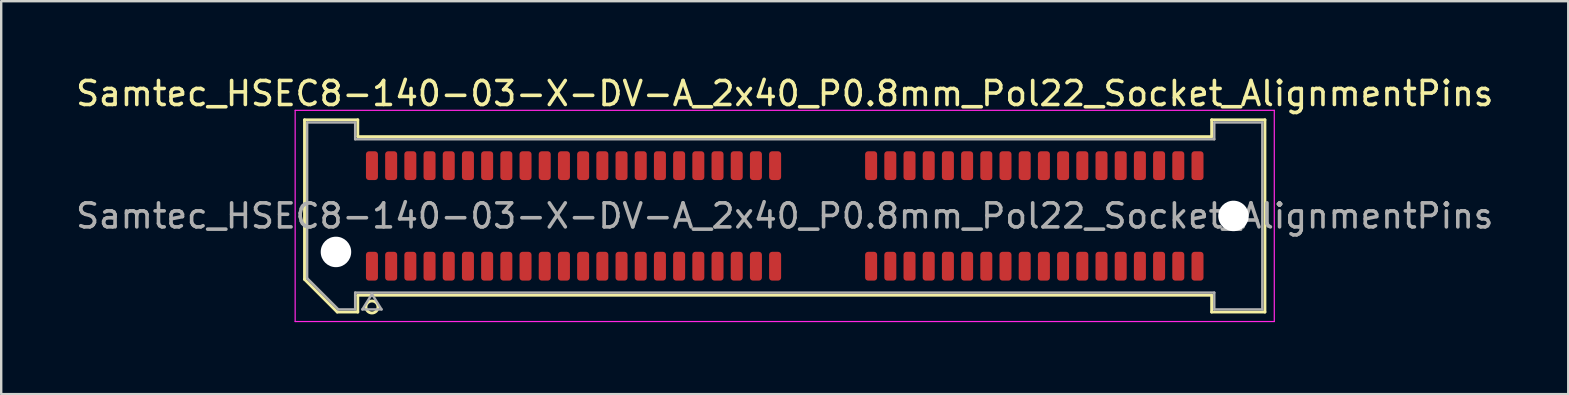
<source format=kicad_pcb>
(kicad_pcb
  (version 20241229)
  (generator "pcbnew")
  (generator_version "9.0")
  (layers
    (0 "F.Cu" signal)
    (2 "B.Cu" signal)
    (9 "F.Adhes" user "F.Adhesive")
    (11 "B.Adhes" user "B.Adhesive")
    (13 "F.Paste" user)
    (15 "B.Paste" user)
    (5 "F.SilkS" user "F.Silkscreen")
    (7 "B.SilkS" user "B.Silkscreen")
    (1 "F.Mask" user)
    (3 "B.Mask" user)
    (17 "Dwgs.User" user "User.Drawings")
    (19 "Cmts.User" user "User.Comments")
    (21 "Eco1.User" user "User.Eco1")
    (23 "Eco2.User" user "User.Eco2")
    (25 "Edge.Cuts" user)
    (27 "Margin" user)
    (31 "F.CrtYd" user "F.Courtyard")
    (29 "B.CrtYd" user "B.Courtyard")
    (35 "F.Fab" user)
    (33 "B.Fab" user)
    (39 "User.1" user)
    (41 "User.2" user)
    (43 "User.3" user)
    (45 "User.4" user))
  (footprint "Samtec_HSEC8-140-03-X-DV-A_2x40_P0.8mm_Pol22_Socket_AlignmentPins"
    (layer "F.Cu")
    (at 29.649 5.948)
    (property "Reference" "Samtec_HSEC8-140-03-X-DV-A_2x40_P0.8mm_Pol22_Socket_AlignmentPins" (at 0 -5.1 0) (layer "F.SilkS") (effects (font (size 1 1) (thickness 0.15))))
    (attr smd)
    (fp_line (start -20.01 -4.005) (end -17.79 -4.005) (stroke (width 0.12) (type solid)) (layer "F.SilkS"))
    (fp_line (start -20.01 2.641) (end -20.01 -4.005) (stroke (width 0.12) (type solid)) (layer "F.SilkS"))
    (fp_line (start -18.646 4.005) (end -20.01 2.641) (stroke (width 0.12) (type solid)) (layer "F.SilkS"))
    (fp_line (start -17.79 -4.005) (end -17.79 -3.305) (stroke (width 0.12) (type solid)) (layer "F.SilkS"))
    (fp_line (start -17.79 -3.305) (end 17.79 -3.305) (stroke (width 0.12) (type solid)) (layer "F.SilkS"))
    (fp_line (start -17.79 3.305) (end -17.79 4.005) (stroke (width 0.12) (type solid)) (layer "F.SilkS"))
    (fp_line (start -17.79 4.005) (end -18.646 4.005) (stroke (width 0.12) (type solid)) (layer "F.SilkS"))
    (fp_line (start 17.79 -4.005) (end 20.01 -4.005) (stroke (width 0.12) (type solid)) (layer "F.SilkS"))
    (fp_line (start 17.79 -3.305) (end 17.79 -4.005) (stroke (width 0.12) (type solid)) (layer "F.SilkS"))
    (fp_line (start 17.79 3.305) (end -17.79 3.305) (stroke (width 0.12) (type solid)) (layer "F.SilkS"))
    (fp_line (start 17.79 4.005) (end 17.79 3.305) (stroke (width 0.12) (type solid)) (layer "F.SilkS"))
    (fp_line (start 20.01 -4.005) (end 20.01 4.005) (stroke (width 0.12) (type solid)) (layer "F.SilkS"))
    (fp_line (start 20.01 4.005) (end 17.79 4.005) (stroke (width 0.12) (type solid)) (layer "F.SilkS"))
    (fp_circle (center -17.2 3.795) (end -16.95 3.795) (stroke (width 0.12) (type solid)) (fill no) (layer "F.SilkS"))
    (fp_line (start -20.4 -4.4) (end -20.4 4.4) (stroke (width 0.05) (type solid)) (layer "F.CrtYd"))
    (fp_line (start -20.4 4.4) (end 20.4 4.4) (stroke (width 0.05) (type solid)) (layer "F.CrtYd"))
    (fp_line (start 20.4 -4.4) (end -20.4 -4.4) (stroke (width 0.05) (type solid)) (layer "F.CrtYd"))
    (fp_line (start 20.4 4.4) (end 20.4 -4.4) (stroke (width 0.05) (type solid)) (layer "F.CrtYd"))
    (fp_line (start -19.9 -3.895) (end -17.9 -3.895) (stroke (width 0.1) (type solid)) (layer "F.Fab"))
    (fp_line (start -19.9 2.595) (end -19.9 -3.895) (stroke (width 0.1) (type solid)) (layer "F.Fab"))
    (fp_line (start -18.6 3.895) (end -19.9 2.595) (stroke (width 0.1) (type solid)) (layer "F.Fab"))
    (fp_line (start -17.9 -3.895) (end -17.9 -3.195) (stroke (width 0.1) (type solid)) (layer "F.Fab"))
    (fp_line (start -17.9 -3.195) (end 17.9 -3.195) (stroke (width 0.1) (type solid)) (layer "F.Fab"))
    (fp_line (start -17.9 3.195) (end -17.9 3.895) (stroke (width 0.1) (type solid)) (layer "F.Fab"))
    (fp_line (start -17.9 3.895) (end -18.6 3.895) (stroke (width 0.1) (type solid)) (layer "F.Fab"))
    (fp_line (start -17.6 3.895) (end -17.2 3.255) (stroke (width 0.1) (type solid)) (layer "F.Fab"))
    (fp_line (start -17.2 3.255) (end -16.8 3.895) (stroke (width 0.1) (type solid)) (layer "F.Fab"))
    (fp_line (start -16.8 3.895) (end -17.6 3.895) (stroke (width 0.1) (type solid)) (layer "F.Fab"))
    (fp_line (start 17.9 -3.895) (end 19.9 -3.895) (stroke (width 0.1) (type solid)) (layer "F.Fab"))
    (fp_line (start 17.9 -3.195) (end 17.9 -3.895) (stroke (width 0.1) (type solid)) (layer "F.Fab"))
    (fp_line (start 17.9 3.195) (end -17.9 3.195) (stroke (width 0.1) (type solid)) (layer "F.Fab"))
    (fp_line (start 17.9 3.895) (end 17.9 3.195) (stroke (width 0.1) (type solid)) (layer "F.Fab"))
    (fp_line (start 19.9 -3.895) (end 19.9 3.895) (stroke (width 0.1) (type solid)) (layer "F.Fab"))
    (fp_line (start 19.9 3.895) (end 17.9 3.895) (stroke (width 0.1) (type solid)) (layer "F.Fab"))
    (fp_text user "${REFERENCE}" (at 0 0 0) (layer "F.Fab") (effects (font (size 1 1) (thickness 0.15))))
    (pad "" np_thru_hole circle (at -18.7 1.5) (size 1.27 1.27) (drill 1.27) (layers "*.Cu" "*.Mask"))
    (pad "" np_thru_hole circle (at 18.7 0) (size 1.27 1.27) (drill 1.27) (layers "*.Cu" "*.Mask"))
    (pad "1" smd roundrect (at -17.2 2.095) (size 0.5 1.2) (layers "F.Cu" "F.Mask" "F.Paste") (roundrect_rratio 0.25))
    (pad "2" smd roundrect (at -17.2 -2.095) (size 0.5 1.2) (layers "F.Cu" "F.Mask" "F.Paste") (roundrect_rratio 0.25))
    (pad "3" smd roundrect (at -16.4 2.095) (size 0.5 1.2) (layers "F.Cu" "F.Mask" "F.Paste") (roundrect_rratio 0.25))
    (pad "4" smd roundrect (at -16.4 -2.095) (size 0.5 1.2) (layers "F.Cu" "F.Mask" "F.Paste") (roundrect_rratio 0.25))
    (pad "5" smd roundrect (at -15.6 2.095) (size 0.5 1.2) (layers "F.Cu" "F.Mask" "F.Paste") (roundrect_rratio 0.25))
    (pad "6" smd roundrect (at -15.6 -2.095) (size 0.5 1.2) (layers "F.Cu" "F.Mask" "F.Paste") (roundrect_rratio 0.25))
    (pad "7" smd roundrect (at -14.8 2.095) (size 0.5 1.2) (layers "F.Cu" "F.Mask" "F.Paste") (roundrect_rratio 0.25))
    (pad "8" smd roundrect (at -14.8 -2.095) (size 0.5 1.2) (layers "F.Cu" "F.Mask" "F.Paste") (roundrect_rratio 0.25))
    (pad "9" smd roundrect (at -14 2.095) (size 0.5 1.2) (layers "F.Cu" "F.Mask" "F.Paste") (roundrect_rratio 0.25))
    (pad "10" smd roundrect (at -14 -2.095) (size 0.5 1.2) (layers "F.Cu" "F.Mask" "F.Paste") (roundrect_rratio 0.25))
    (pad "11" smd roundrect (at -13.2 2.095) (size 0.5 1.2) (layers "F.Cu" "F.Mask" "F.Paste") (roundrect_rratio 0.25))
    (pad "12" smd roundrect (at -13.2 -2.095) (size 0.5 1.2) (layers "F.Cu" "F.Mask" "F.Paste") (roundrect_rratio 0.25))
    (pad "13" smd roundrect (at -12.4 2.095) (size 0.5 1.2) (layers "F.Cu" "F.Mask" "F.Paste") (roundrect_rratio 0.25))
    (pad "14" smd roundrect (at -12.4 -2.095) (size 0.5 1.2) (layers "F.Cu" "F.Mask" "F.Paste") (roundrect_rratio 0.25))
    (pad "15" smd roundrect (at -11.6 2.095) (size 0.5 1.2) (layers "F.Cu" "F.Mask" "F.Paste") (roundrect_rratio 0.25))
    (pad "16" smd roundrect (at -11.6 -2.095) (size 0.5 1.2) (layers "F.Cu" "F.Mask" "F.Paste") (roundrect_rratio 0.25))
    (pad "17" smd roundrect (at -10.8 2.095) (size 0.5 1.2) (layers "F.Cu" "F.Mask" "F.Paste") (roundrect_rratio 0.25))
    (pad "18" smd roundrect (at -10.8 -2.095) (size 0.5 1.2) (layers "F.Cu" "F.Mask" "F.Paste") (roundrect_rratio 0.25))
    (pad "19" smd roundrect (at -10 2.095) (size 0.5 1.2) (layers "F.Cu" "F.Mask" "F.Paste") (roundrect_rratio 0.25))
    (pad "20" smd roundrect (at -10 -2.095) (size 0.5 1.2) (layers "F.Cu" "F.Mask" "F.Paste") (roundrect_rratio 0.25))
    (pad "21" smd roundrect (at -9.2 2.095) (size 0.5 1.2) (layers "F.Cu" "F.Mask" "F.Paste") (roundrect_rratio 0.25))
    (pad "22" smd roundrect (at -9.2 -2.095) (size 0.5 1.2) (layers "F.Cu" "F.Mask" "F.Paste") (roundrect_rratio 0.25))
    (pad "23" smd roundrect (at -8.4 2.095) (size 0.5 1.2) (layers "F.Cu" "F.Mask" "F.Paste") (roundrect_rratio 0.25))
    (pad "24" smd roundrect (at -8.4 -2.095) (size 0.5 1.2) (layers "F.Cu" "F.Mask" "F.Paste") (roundrect_rratio 0.25))
    (pad "25" smd roundrect (at -7.6 2.095) (size 0.5 1.2) (layers "F.Cu" "F.Mask" "F.Paste") (roundrect_rratio 0.25))
    (pad "26" smd roundrect (at -7.6 -2.095) (size 0.5 1.2) (layers "F.Cu" "F.Mask" "F.Paste") (roundrect_rratio 0.25))
    (pad "27" smd roundrect (at -6.8 2.095) (size 0.5 1.2) (layers "F.Cu" "F.Mask" "F.Paste") (roundrect_rratio 0.25))
    (pad "28" smd roundrect (at -6.8 -2.095) (size 0.5 1.2) (layers "F.Cu" "F.Mask" "F.Paste") (roundrect_rratio 0.25))
    (pad "29" smd roundrect (at -6 2.095) (size 0.5 1.2) (layers "F.Cu" "F.Mask" "F.Paste") (roundrect_rratio 0.25))
    (pad "30" smd roundrect (at -6 -2.095) (size 0.5 1.2) (layers "F.Cu" "F.Mask" "F.Paste") (roundrect_rratio 0.25))
    (pad "31" smd roundrect (at -5.2 2.095) (size 0.5 1.2) (layers "F.Cu" "F.Mask" "F.Paste") (roundrect_rratio 0.25))
    (pad "32" smd roundrect (at -5.2 -2.095) (size 0.5 1.2) (layers "F.Cu" "F.Mask" "F.Paste") (roundrect_rratio 0.25))
    (pad "33" smd roundrect (at -4.4 2.095) (size 0.5 1.2) (layers "F.Cu" "F.Mask" "F.Paste") (roundrect_rratio 0.25))
    (pad "34" smd roundrect (at -4.4 -2.095) (size 0.5 1.2) (layers "F.Cu" "F.Mask" "F.Paste") (roundrect_rratio 0.25))
    (pad "35" smd roundrect (at -3.6 2.095) (size 0.5 1.2) (layers "F.Cu" "F.Mask" "F.Paste") (roundrect_rratio 0.25))
    (pad "36" smd roundrect (at -3.6 -2.095) (size 0.5 1.2) (layers "F.Cu" "F.Mask" "F.Paste") (roundrect_rratio 0.25))
    (pad "37" smd roundrect (at -2.8 2.095) (size 0.5 1.2) (layers "F.Cu" "F.Mask" "F.Paste") (roundrect_rratio 0.25))
    (pad "38" smd roundrect (at -2.8 -2.095) (size 0.5 1.2) (layers "F.Cu" "F.Mask" "F.Paste") (roundrect_rratio 0.25))
    (pad "39" smd roundrect (at -2 2.095) (size 0.5 1.2) (layers "F.Cu" "F.Mask" "F.Paste") (roundrect_rratio 0.25))
    (pad "40" smd roundrect (at -2 -2.095) (size 0.5 1.2) (layers "F.Cu" "F.Mask" "F.Paste") (roundrect_rratio 0.25))
    (pad "41" smd roundrect (at -1.2 2.095) (size 0.5 1.2) (layers "F.Cu" "F.Mask" "F.Paste") (roundrect_rratio 0.25))
    (pad "42" smd roundrect (at -1.2 -2.095) (size 0.5 1.2) (layers "F.Cu" "F.Mask" "F.Paste") (roundrect_rratio 0.25))
    (pad "43" smd roundrect (at -0.4 2.095) (size 0.5 1.2) (layers "F.Cu" "F.Mask" "F.Paste") (roundrect_rratio 0.25))
    (pad "44" smd roundrect (at -0.4 -2.095) (size 0.5 1.2) (layers "F.Cu" "F.Mask" "F.Paste") (roundrect_rratio 0.25))
    (pad "45" smd roundrect (at 3.6 2.095) (size 0.5 1.2) (layers "F.Cu" "F.Mask" "F.Paste") (roundrect_rratio 0.25))
    (pad "46" smd roundrect (at 3.6 -2.095) (size 0.5 1.2) (layers "F.Cu" "F.Mask" "F.Paste") (roundrect_rratio 0.25))
    (pad "47" smd roundrect (at 4.4 2.095) (size 0.5 1.2) (layers "F.Cu" "F.Mask" "F.Paste") (roundrect_rratio 0.25))
    (pad "48" smd roundrect (at 4.4 -2.095) (size 0.5 1.2) (layers "F.Cu" "F.Mask" "F.Paste") (roundrect_rratio 0.25))
    (pad "49" smd roundrect (at 5.2 2.095) (size 0.5 1.2) (layers "F.Cu" "F.Mask" "F.Paste") (roundrect_rratio 0.25))
    (pad "50" smd roundrect (at 5.2 -2.095) (size 0.5 1.2) (layers "F.Cu" "F.Mask" "F.Paste") (roundrect_rratio 0.25))
    (pad "51" smd roundrect (at 6 2.095) (size 0.5 1.2) (layers "F.Cu" "F.Mask" "F.Paste") (roundrect_rratio 0.25))
    (pad "52" smd roundrect (at 6 -2.095) (size 0.5 1.2) (layers "F.Cu" "F.Mask" "F.Paste") (roundrect_rratio 0.25))
    (pad "53" smd roundrect (at 6.8 2.095) (size 0.5 1.2) (layers "F.Cu" "F.Mask" "F.Paste") (roundrect_rratio 0.25))
    (pad "54" smd roundrect (at 6.8 -2.095) (size 0.5 1.2) (layers "F.Cu" "F.Mask" "F.Paste") (roundrect_rratio 0.25))
    (pad "55" smd roundrect (at 7.6 2.095) (size 0.5 1.2) (layers "F.Cu" "F.Mask" "F.Paste") (roundrect_rratio 0.25))
    (pad "56" smd roundrect (at 7.6 -2.095) (size 0.5 1.2) (layers "F.Cu" "F.Mask" "F.Paste") (roundrect_rratio 0.25))
    (pad "57" smd roundrect (at 8.4 2.095) (size 0.5 1.2) (layers "F.Cu" "F.Mask" "F.Paste") (roundrect_rratio 0.25))
    (pad "58" smd roundrect (at 8.4 -2.095) (size 0.5 1.2) (layers "F.Cu" "F.Mask" "F.Paste") (roundrect_rratio 0.25))
    (pad "59" smd roundrect (at 9.2 2.095) (size 0.5 1.2) (layers "F.Cu" "F.Mask" "F.Paste") (roundrect_rratio 0.25))
    (pad "60" smd roundrect (at 9.2 -2.095) (size 0.5 1.2) (layers "F.Cu" "F.Mask" "F.Paste") (roundrect_rratio 0.25))
    (pad "61" smd roundrect (at 10 2.095) (size 0.5 1.2) (layers "F.Cu" "F.Mask" "F.Paste") (roundrect_rratio 0.25))
    (pad "62" smd roundrect (at 10 -2.095) (size 0.5 1.2) (layers "F.Cu" "F.Mask" "F.Paste") (roundrect_rratio 0.25))
    (pad "63" smd roundrect (at 10.8 2.095) (size 0.5 1.2) (layers "F.Cu" "F.Mask" "F.Paste") (roundrect_rratio 0.25))
    (pad "64" smd roundrect (at 10.8 -2.095) (size 0.5 1.2) (layers "F.Cu" "F.Mask" "F.Paste") (roundrect_rratio 0.25))
    (pad "65" smd roundrect (at 11.6 2.095) (size 0.5 1.2) (layers "F.Cu" "F.Mask" "F.Paste") (roundrect_rratio 0.25))
    (pad "66" smd roundrect (at 11.6 -2.095) (size 0.5 1.2) (layers "F.Cu" "F.Mask" "F.Paste") (roundrect_rratio 0.25))
    (pad "67" smd roundrect (at 12.4 2.095) (size 0.5 1.2) (layers "F.Cu" "F.Mask" "F.Paste") (roundrect_rratio 0.25))
    (pad "68" smd roundrect (at 12.4 -2.095) (size 0.5 1.2) (layers "F.Cu" "F.Mask" "F.Paste") (roundrect_rratio 0.25))
    (pad "69" smd roundrect (at 13.2 2.095) (size 0.5 1.2) (layers "F.Cu" "F.Mask" "F.Paste") (roundrect_rratio 0.25))
    (pad "70" smd roundrect (at 13.2 -2.095) (size 0.5 1.2) (layers "F.Cu" "F.Mask" "F.Paste") (roundrect_rratio 0.25))
    (pad "71" smd roundrect (at 14 2.095) (size 0.5 1.2) (layers "F.Cu" "F.Mask" "F.Paste") (roundrect_rratio 0.25))
    (pad "72" smd roundrect (at 14 -2.095) (size 0.5 1.2) (layers "F.Cu" "F.Mask" "F.Paste") (roundrect_rratio 0.25))
    (pad "73" smd roundrect (at 14.8 2.095) (size 0.5 1.2) (layers "F.Cu" "F.Mask" "F.Paste") (roundrect_rratio 0.25))
    (pad "74" smd roundrect (at 14.8 -2.095) (size 0.5 1.2) (layers "F.Cu" "F.Mask" "F.Paste") (roundrect_rratio 0.25))
    (pad "75" smd roundrect (at 15.6 2.095) (size 0.5 1.2) (layers "F.Cu" "F.Mask" "F.Paste") (roundrect_rratio 0.25))
    (pad "76" smd roundrect (at 15.6 -2.095) (size 0.5 1.2) (layers "F.Cu" "F.Mask" "F.Paste") (roundrect_rratio 0.25))
    (pad "77" smd roundrect (at 16.4 2.095) (size 0.5 1.2) (layers "F.Cu" "F.Mask" "F.Paste") (roundrect_rratio 0.25))
    (pad "78" smd roundrect (at 16.4 -2.095) (size 0.5 1.2) (layers "F.Cu" "F.Mask" "F.Paste") (roundrect_rratio 0.25))
    (pad "79" smd roundrect (at 17.2 2.095) (size 0.5 1.2) (layers "F.Cu" "F.Mask" "F.Paste") (roundrect_rratio 0.25))
    (pad "80" smd roundrect (at 17.2 -2.095) (size 0.5 1.2) (layers "F.Cu" "F.Mask" "F.Paste") (roundrect_rratio 0.25)))
  (gr_rect
    (start -3 -3)
    (end 62.298 13.373)
    (stroke (width 0.1) (type default))
    (fill no)
    (layer "Edge.Cuts")))
</source>
